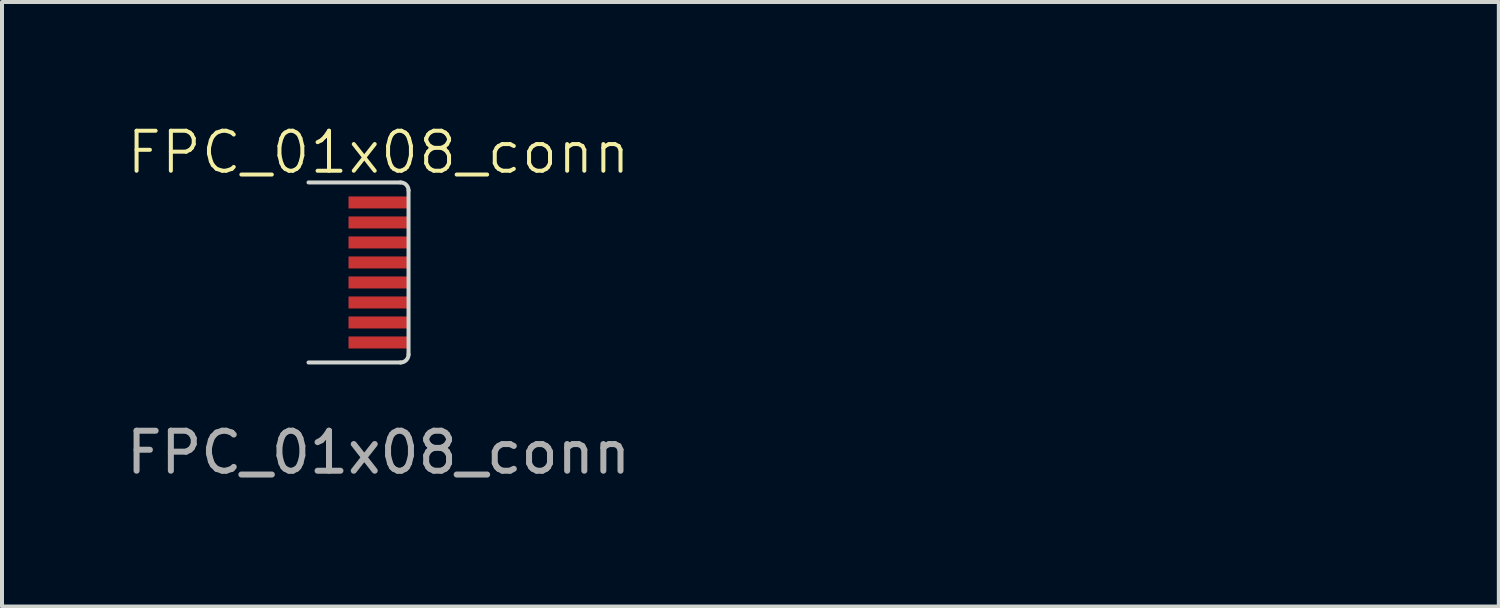
<source format=kicad_pcb>
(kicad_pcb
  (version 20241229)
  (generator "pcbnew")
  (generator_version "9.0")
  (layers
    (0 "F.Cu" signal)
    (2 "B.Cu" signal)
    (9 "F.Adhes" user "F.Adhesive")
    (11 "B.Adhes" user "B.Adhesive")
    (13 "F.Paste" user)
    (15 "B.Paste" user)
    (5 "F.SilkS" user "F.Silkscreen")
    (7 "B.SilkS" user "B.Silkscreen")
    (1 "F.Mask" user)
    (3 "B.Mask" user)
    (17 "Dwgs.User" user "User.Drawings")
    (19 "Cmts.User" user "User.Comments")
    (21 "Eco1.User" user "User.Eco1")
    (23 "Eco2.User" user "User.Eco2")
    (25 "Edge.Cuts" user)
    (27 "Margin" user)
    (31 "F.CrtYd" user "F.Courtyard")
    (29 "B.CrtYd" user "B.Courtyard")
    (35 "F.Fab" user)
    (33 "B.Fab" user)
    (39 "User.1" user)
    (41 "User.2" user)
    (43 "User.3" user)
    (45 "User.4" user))
  (footprint "FPC_01x08_conn"
    (layer "F.Cu")
    (at 6.411 3.76)
    (property "Reference" "FPC_01x08_conn" (at 0 -3 0) (unlocked yes) (layer "F.SilkS") (effects (font (size 1 1) (thickness 0.1))))
    (attr smd)
    (fp_line (start 0.55 -2.25) (end -1.75 -2.25) (stroke (width 0.1) (type default)) (layer "Edge.Cuts"))
    (fp_line (start 0.55 2.25) (end -1.75 2.25) (stroke (width 0.1) (type default)) (layer "Edge.Cuts"))
    (fp_line (start 0.75 -2.05) (end 0.75 2.05) (stroke (width 0.1) (type default)) (layer "Edge.Cuts"))
    (fp_arc (start 0.55 -2.25) (mid 0.691422 -2.191422) (end 0.75 -2.05) (stroke (width 0.1) (type default)) (layer "Edge.Cuts"))
    (fp_arc (start 0.75 2.05) (mid 0.691422 2.191422) (end 0.55 2.25) (stroke (width 0.1) (type default)) (layer "Edge.Cuts"))
    (fp_poly (pts (arc (start 0.55 2.25) (mid 0.691422 2.191422) (end 0.75 2.05)) (arc (start 0.75 -2.05) (mid 0.691422 -2.191422) (end 0.55 -2.25)) (xy -1.75 -2.25) (xy -1.75 2.25)) (stroke (width 0.1) (type solid)) (fill no) (layer "User.1"))
    (fp_text user "${REFERENCE}" (at 0 4.5 0) (unlocked yes) (layer "F.Fab") (effects (font (size 1 1) (thickness 0.15))))
    (fp_text_box "4.5mm X 2.5mm PI Stiffener\n0.3mm Total Thickness\n" (start 1.15 -2.15) (end 24.95 1.95) (margins 0.8 0.8 0.8 0.8) (layer "User.1") (effects (font (size 1 1) (thickness 0.15)) (justify left top)) (border yes) (stroke (width 0.1) (type solid)))
    (pad "1" smd rect (at 0 -1.75) (size 1.5 0.3) (layers "F.Cu" "F.Mask" "F.Paste"))
    (pad "2" smd rect (at 0 -1.25) (size 1.5 0.3) (layers "F.Cu" "F.Mask" "F.Paste"))
    (pad "3" smd rect (at 0 -0.75) (size 1.5 0.3) (layers "F.Cu" "F.Mask" "F.Paste"))
    (pad "4" smd rect (at 0 -0.25) (size 1.5 0.3) (layers "F.Cu" "F.Mask" "F.Paste"))
    (pad "5" smd rect (at 0 0.25) (size 1.5 0.3) (layers "F.Cu" "F.Mask" "F.Paste"))
    (pad "6" smd rect (at 0 0.75) (size 1.5 0.3) (layers "F.Cu" "F.Mask" "F.Paste"))
    (pad "7" smd rect (at 0 1.25) (size 1.5 0.3) (layers "F.Cu" "F.Mask" "F.Paste"))
    (pad "8" smd rect (at 0 1.75) (size 1.5 0.3) (layers "F.Cu" "F.Mask" "F.Paste")))
  (gr_rect
    (start -3 -3)
    (end 34.411 12.109)
    (stroke (width 0.1) (type default))
    (fill no)
    (layer "Edge.Cuts")))
</source>
